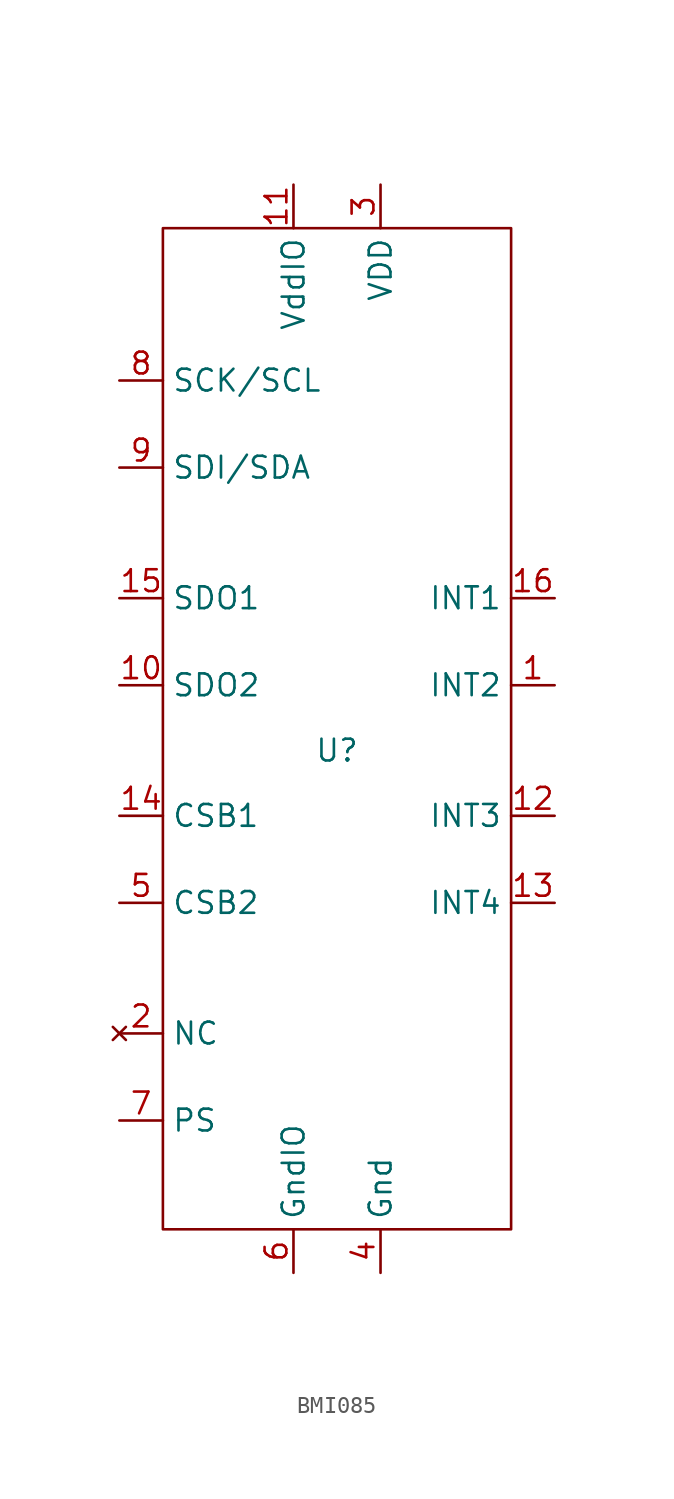
<source format=kicad_sym>
(kicad_symbol_lib
  (version 20231120)
  (generator "kicad_symbol_editor")
  (generator_version "8.0")
  (symbol "BMI085"
    (property "Reference" "U"
      (at 0 0 0)
      (effects (font (size 1.27 1.27))))
    (property "Value" ""
      (at 0 0 0)
      (effects (font (size 1.27 1.27))))
    (symbol "BMI085_0_1"
      (rectangle (start -10.16 30.48) (end 10.16 -27.94) (stroke (width 0) (type default)) (fill (type none))))
    (symbol "BMI085_1_1"
      (pin bidirectional line (at 12.7 3.81 180) (length 2.54) (name "INT2" (effects (font (size 1.27 1.27)))) (number "1" (effects (font (size 1.27 1.27)))))
      (pin output line (at -12.7 3.81 0) (length 2.54) (name "SDO2" (effects (font (size 1.27 1.27)))) (number "10" (effects (font (size 1.27 1.27)))))
      (pin power_in line (at -2.54 33.02 270) (length 2.54) (name "VddIO" (effects (font (size 1.27 1.27)))) (number "11" (effects (font (size 1.27 1.27)))))
      (pin output line (at 12.7 -3.81 180) (length 2.54) (name "INT3" (effects (font (size 1.27 1.27)))) (number "12" (effects (font (size 1.27 1.27)))))
      (pin output line (at 12.7 -8.89 180) (length 2.54) (name "INT4" (effects (font (size 1.27 1.27)))) (number "13" (effects (font (size 1.27 1.27)))))
      (pin input line (at -12.7 -3.81 0) (length 2.54) (name "CSB1" (effects (font (size 1.27 1.27)))) (number "14" (effects (font (size 1.27 1.27)))))
      (pin output line (at -12.7 8.89 0) (length 2.54) (name "SDO1" (effects (font (size 1.27 1.27)))) (number "15" (effects (font (size 1.27 1.27)))))
      (pin bidirectional line (at 12.7 8.89 180) (length 2.54) (name "INT1" (effects (font (size 1.27 1.27)))) (number "16" (effects (font (size 1.27 1.27)))))
      (pin no_connect line (at -12.7 -16.51 0) (length 2.54) (name "NC" (effects (font (size 1.27 1.27)))) (number "2" (effects (font (size 1.27 1.27)))))
      (pin power_in line (at 2.54 33.02 270) (length 2.54) (name "VDD" (effects (font (size 1.27 1.27)))) (number "3" (effects (font (size 1.27 1.27)))))
      (pin passive line (at 2.54 -30.48 90) (length 2.54) (name "Gnd" (effects (font (size 1.27 1.27)))) (number "4" (effects (font (size 1.27 1.27)))))
      (pin input line (at -12.7 -8.89 0) (length 2.54) (name "CSB2" (effects (font (size 1.27 1.27)))) (number "5" (effects (font (size 1.27 1.27)))))
      (pin passive line (at -2.54 -30.48 90) (length 2.54) (name "GndIO" (effects (font (size 1.27 1.27)))) (number "6" (effects (font (size 1.27 1.27)))))
      (pin input line (at -12.7 -21.59 0) (length 2.54) (name "PS" (effects (font (size 1.27 1.27)))) (number "7" (effects (font (size 1.27 1.27)))))
      (pin input line (at -12.7 21.59 0) (length 2.54) (name "SCK/SCL" (effects (font (size 1.27 1.27)))) (number "8" (effects (font (size 1.27 1.27)))))
      (pin bidirectional line (at -12.7 16.51 0) (length 2.54) (name "SDI/SDA" (effects (font (size 1.27 1.27)))) (number "9" (effects (font (size 1.27 1.27))))))))
</source>
